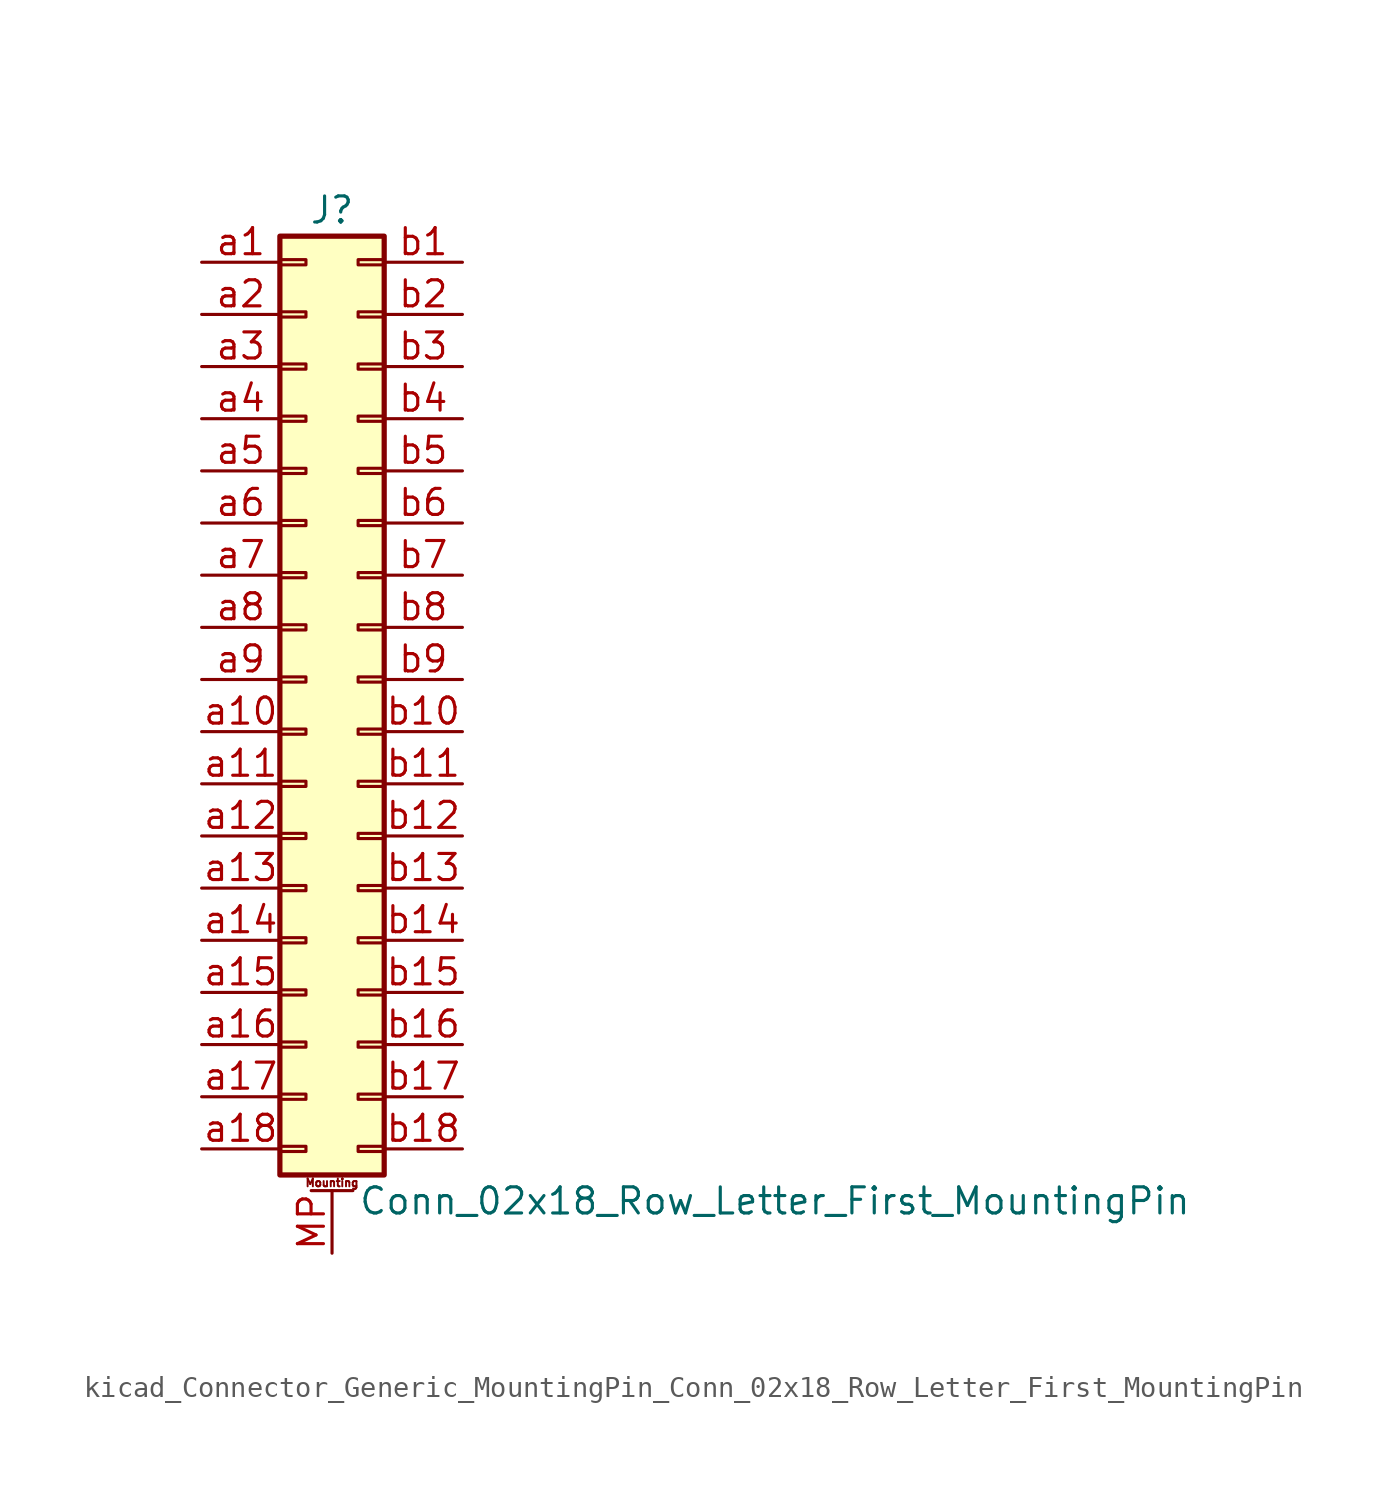
<source format=kicad_sym>
(kicad_symbol_lib
  (version 20220914)
  (generator kicad_symbol_editor)
  (symbol "kicad_Connector_Generic_MountingPin_Conn_02x18_Row_Letter_First_MountingPin"
    (pin_names
      (offset 1.016) hide)
    (property "Reference" "J"
      (at 1.27 22.86 0)
      (effects (font (size 1.27 1.27))))
    (property "Value" "Conn_02x18_Row_Letter_First_MountingPin"
      (at 2.54 -25.4 0)
      (effects (font (size 1.27 1.27)) (justify left)))
    (symbol "kicad_Connector_Generic_MountingPin_Conn_02x18_Row_Letter_First_MountingPin_1_1"
      (rectangle (start -1.27 -22.733) (end 0 -22.987) (stroke (width 0.152) (type default)) (fill (type none)))
      (rectangle (start -1.27 -20.193) (end 0 -20.447) (stroke (width 0.152) (type default)) (fill (type none)))
      (rectangle (start -1.27 -17.653) (end 0 -17.907) (stroke (width 0.152) (type default)) (fill (type none)))
      (rectangle (start -1.27 -15.113) (end 0 -15.367) (stroke (width 0.152) (type default)) (fill (type none)))
      (rectangle (start -1.27 -12.573) (end 0 -12.827) (stroke (width 0.152) (type default)) (fill (type none)))
      (rectangle (start -1.27 -10.033) (end 0 -10.287) (stroke (width 0.152) (type default)) (fill (type none)))
      (rectangle (start -1.27 -7.493) (end 0 -7.747) (stroke (width 0.152) (type default)) (fill (type none)))
      (rectangle (start -1.27 -4.953) (end 0 -5.207) (stroke (width 0.152) (type default)) (fill (type none)))
      (rectangle (start -1.27 -2.413) (end 0 -2.667) (stroke (width 0.152) (type default)) (fill (type none)))
      (rectangle (start -1.27 0.127) (end 0 -0.127) (stroke (width 0.152) (type default)) (fill (type none)))
      (rectangle (start -1.27 2.667) (end 0 2.413) (stroke (width 0.152) (type default)) (fill (type none)))
      (rectangle (start -1.27 5.207) (end 0 4.953) (stroke (width 0.152) (type default)) (fill (type none)))
      (rectangle (start -1.27 7.747) (end 0 7.493) (stroke (width 0.152) (type default)) (fill (type none)))
      (rectangle (start -1.27 10.287) (end 0 10.033) (stroke (width 0.152) (type default)) (fill (type none)))
      (rectangle (start -1.27 12.827) (end 0 12.573) (stroke (width 0.152) (type default)) (fill (type none)))
      (rectangle (start -1.27 15.367) (end 0 15.113) (stroke (width 0.152) (type default)) (fill (type none)))
      (rectangle (start -1.27 17.907) (end 0 17.653) (stroke (width 0.152) (type default)) (fill (type none)))
      (rectangle (start -1.27 20.447) (end 0 20.193) (stroke (width 0.152) (type default)) (fill (type none)))
      (rectangle (start -1.27 21.59) (end 3.81 -24.13) (stroke (width 0.254) (type default)) (fill (type background)))
      (polyline (pts (xy 0.254 -24.892) (xy 2.286 -24.892)) (stroke (width 0.152) (type default)) (fill (type none)))
      (rectangle (start 3.81 -22.733) (end 2.54 -22.987) (stroke (width 0.152) (type default)) (fill (type none)))
      (rectangle (start 3.81 -20.193) (end 2.54 -20.447) (stroke (width 0.152) (type default)) (fill (type none)))
      (rectangle (start 3.81 -17.653) (end 2.54 -17.907) (stroke (width 0.152) (type default)) (fill (type none)))
      (rectangle (start 3.81 -15.113) (end 2.54 -15.367) (stroke (width 0.152) (type default)) (fill (type none)))
      (rectangle (start 3.81 -12.573) (end 2.54 -12.827) (stroke (width 0.152) (type default)) (fill (type none)))
      (rectangle (start 3.81 -10.033) (end 2.54 -10.287) (stroke (width 0.152) (type default)) (fill (type none)))
      (rectangle (start 3.81 -7.493) (end 2.54 -7.747) (stroke (width 0.152) (type default)) (fill (type none)))
      (rectangle (start 3.81 -4.953) (end 2.54 -5.207) (stroke (width 0.152) (type default)) (fill (type none)))
      (rectangle (start 3.81 -2.413) (end 2.54 -2.667) (stroke (width 0.152) (type default)) (fill (type none)))
      (rectangle (start 3.81 0.127) (end 2.54 -0.127) (stroke (width 0.152) (type default)) (fill (type none)))
      (rectangle (start 3.81 2.667) (end 2.54 2.413) (stroke (width 0.152) (type default)) (fill (type none)))
      (rectangle (start 3.81 5.207) (end 2.54 4.953) (stroke (width 0.152) (type default)) (fill (type none)))
      (rectangle (start 3.81 7.747) (end 2.54 7.493) (stroke (width 0.152) (type default)) (fill (type none)))
      (rectangle (start 3.81 10.287) (end 2.54 10.033) (stroke (width 0.152) (type default)) (fill (type none)))
      (rectangle (start 3.81 12.827) (end 2.54 12.573) (stroke (width 0.152) (type default)) (fill (type none)))
      (rectangle (start 3.81 15.367) (end 2.54 15.113) (stroke (width 0.152) (type default)) (fill (type none)))
      (rectangle (start 3.81 17.907) (end 2.54 17.653) (stroke (width 0.152) (type default)) (fill (type none)))
      (rectangle (start 3.81 20.447) (end 2.54 20.193) (stroke (width 0.152) (type default)) (fill (type none)))
      (text "Mounting" (at 1.27 -24.511 0) (effects (font (size 0.381 0.381))))
      (pin passive line (at 1.27 -27.94 90) (length 3.048) (name "MountPin" (effects (font (size 1.27 1.27)))) (number "MP" (effects (font (size 1.27 1.27)))))
      (pin passive line (at -5.08 20.32 0) (length 3.81) (name "Pin_a1" (effects (font (size 1.27 1.27)))) (number "a1" (effects (font (size 1.27 1.27)))))
      (pin passive line (at -5.08 -2.54 0) (length 3.81) (name "Pin_a10" (effects (font (size 1.27 1.27)))) (number "a10" (effects (font (size 1.27 1.27)))))
      (pin passive line (at -5.08 -5.08 0) (length 3.81) (name "Pin_a11" (effects (font (size 1.27 1.27)))) (number "a11" (effects (font (size 1.27 1.27)))))
      (pin passive line (at -5.08 -7.62 0) (length 3.81) (name "Pin_a12" (effects (font (size 1.27 1.27)))) (number "a12" (effects (font (size 1.27 1.27)))))
      (pin passive line (at -5.08 -10.16 0) (length 3.81) (name "Pin_a13" (effects (font (size 1.27 1.27)))) (number "a13" (effects (font (size 1.27 1.27)))))
      (pin passive line (at -5.08 -12.7 0) (length 3.81) (name "Pin_a14" (effects (font (size 1.27 1.27)))) (number "a14" (effects (font (size 1.27 1.27)))))
      (pin passive line (at -5.08 -15.24 0) (length 3.81) (name "Pin_a15" (effects (font (size 1.27 1.27)))) (number "a15" (effects (font (size 1.27 1.27)))))
      (pin passive line (at -5.08 -17.78 0) (length 3.81) (name "Pin_a16" (effects (font (size 1.27 1.27)))) (number "a16" (effects (font (size 1.27 1.27)))))
      (pin passive line (at -5.08 -20.32 0) (length 3.81) (name "Pin_a17" (effects (font (size 1.27 1.27)))) (number "a17" (effects (font (size 1.27 1.27)))))
      (pin passive line (at -5.08 -22.86 0) (length 3.81) (name "Pin_a18" (effects (font (size 1.27 1.27)))) (number "a18" (effects (font (size 1.27 1.27)))))
      (pin passive line (at -5.08 17.78 0) (length 3.81) (name "Pin_a2" (effects (font (size 1.27 1.27)))) (number "a2" (effects (font (size 1.27 1.27)))))
      (pin passive line (at -5.08 15.24 0) (length 3.81) (name "Pin_a3" (effects (font (size 1.27 1.27)))) (number "a3" (effects (font (size 1.27 1.27)))))
      (pin passive line (at -5.08 12.7 0) (length 3.81) (name "Pin_a4" (effects (font (size 1.27 1.27)))) (number "a4" (effects (font (size 1.27 1.27)))))
      (pin passive line (at -5.08 10.16 0) (length 3.81) (name "Pin_a5" (effects (font (size 1.27 1.27)))) (number "a5" (effects (font (size 1.27 1.27)))))
      (pin passive line (at -5.08 7.62 0) (length 3.81) (name "Pin_a6" (effects (font (size 1.27 1.27)))) (number "a6" (effects (font (size 1.27 1.27)))))
      (pin passive line (at -5.08 5.08 0) (length 3.81) (name "Pin_a7" (effects (font (size 1.27 1.27)))) (number "a7" (effects (font (size 1.27 1.27)))))
      (pin passive line (at -5.08 2.54 0) (length 3.81) (name "Pin_a8" (effects (font (size 1.27 1.27)))) (number "a8" (effects (font (size 1.27 1.27)))))
      (pin passive line (at -5.08 0 0) (length 3.81) (name "Pin_a9" (effects (font (size 1.27 1.27)))) (number "a9" (effects (font (size 1.27 1.27)))))
      (pin passive line (at 7.62 20.32 180) (length 3.81) (name "Pin_b1" (effects (font (size 1.27 1.27)))) (number "b1" (effects (font (size 1.27 1.27)))))
      (pin passive line (at 7.62 -2.54 180) (length 3.81) (name "Pin_b10" (effects (font (size 1.27 1.27)))) (number "b10" (effects (font (size 1.27 1.27)))))
      (pin passive line (at 7.62 -5.08 180) (length 3.81) (name "Pin_b11" (effects (font (size 1.27 1.27)))) (number "b11" (effects (font (size 1.27 1.27)))))
      (pin passive line (at 7.62 -7.62 180) (length 3.81) (name "Pin_b12" (effects (font (size 1.27 1.27)))) (number "b12" (effects (font (size 1.27 1.27)))))
      (pin passive line (at 7.62 -10.16 180) (length 3.81) (name "Pin_b13" (effects (font (size 1.27 1.27)))) (number "b13" (effects (font (size 1.27 1.27)))))
      (pin passive line (at 7.62 -12.7 180) (length 3.81) (name "Pin_b14" (effects (font (size 1.27 1.27)))) (number "b14" (effects (font (size 1.27 1.27)))))
      (pin passive line (at 7.62 -15.24 180) (length 3.81) (name "Pin_b15" (effects (font (size 1.27 1.27)))) (number "b15" (effects (font (size 1.27 1.27)))))
      (pin passive line (at 7.62 -17.78 180) (length 3.81) (name "Pin_b16" (effects (font (size 1.27 1.27)))) (number "b16" (effects (font (size 1.27 1.27)))))
      (pin passive line (at 7.62 -20.32 180) (length 3.81) (name "Pin_b17" (effects (font (size 1.27 1.27)))) (number "b17" (effects (font (size 1.27 1.27)))))
      (pin passive line (at 7.62 -22.86 180) (length 3.81) (name "Pin_b18" (effects (font (size 1.27 1.27)))) (number "b18" (effects (font (size 1.27 1.27)))))
      (pin passive line (at 7.62 17.78 180) (length 3.81) (name "Pin_b2" (effects (font (size 1.27 1.27)))) (number "b2" (effects (font (size 1.27 1.27)))))
      (pin passive line (at 7.62 15.24 180) (length 3.81) (name "Pin_b3" (effects (font (size 1.27 1.27)))) (number "b3" (effects (font (size 1.27 1.27)))))
      (pin passive line (at 7.62 12.7 180) (length 3.81) (name "Pin_b4" (effects (font (size 1.27 1.27)))) (number "b4" (effects (font (size 1.27 1.27)))))
      (pin passive line (at 7.62 10.16 180) (length 3.81) (name "Pin_b5" (effects (font (size 1.27 1.27)))) (number "b5" (effects (font (size 1.27 1.27)))))
      (pin passive line (at 7.62 7.62 180) (length 3.81) (name "Pin_b6" (effects (font (size 1.27 1.27)))) (number "b6" (effects (font (size 1.27 1.27)))))
      (pin passive line (at 7.62 5.08 180) (length 3.81) (name "Pin_b7" (effects (font (size 1.27 1.27)))) (number "b7" (effects (font (size 1.27 1.27)))))
      (pin passive line (at 7.62 2.54 180) (length 3.81) (name "Pin_b8" (effects (font (size 1.27 1.27)))) (number "b8" (effects (font (size 1.27 1.27)))))
      (pin passive line (at 7.62 0 180) (length 3.81) (name "Pin_b9" (effects (font (size 1.27 1.27)))) (number "b9" (effects (font (size 1.27 1.27))))))))
</source>
